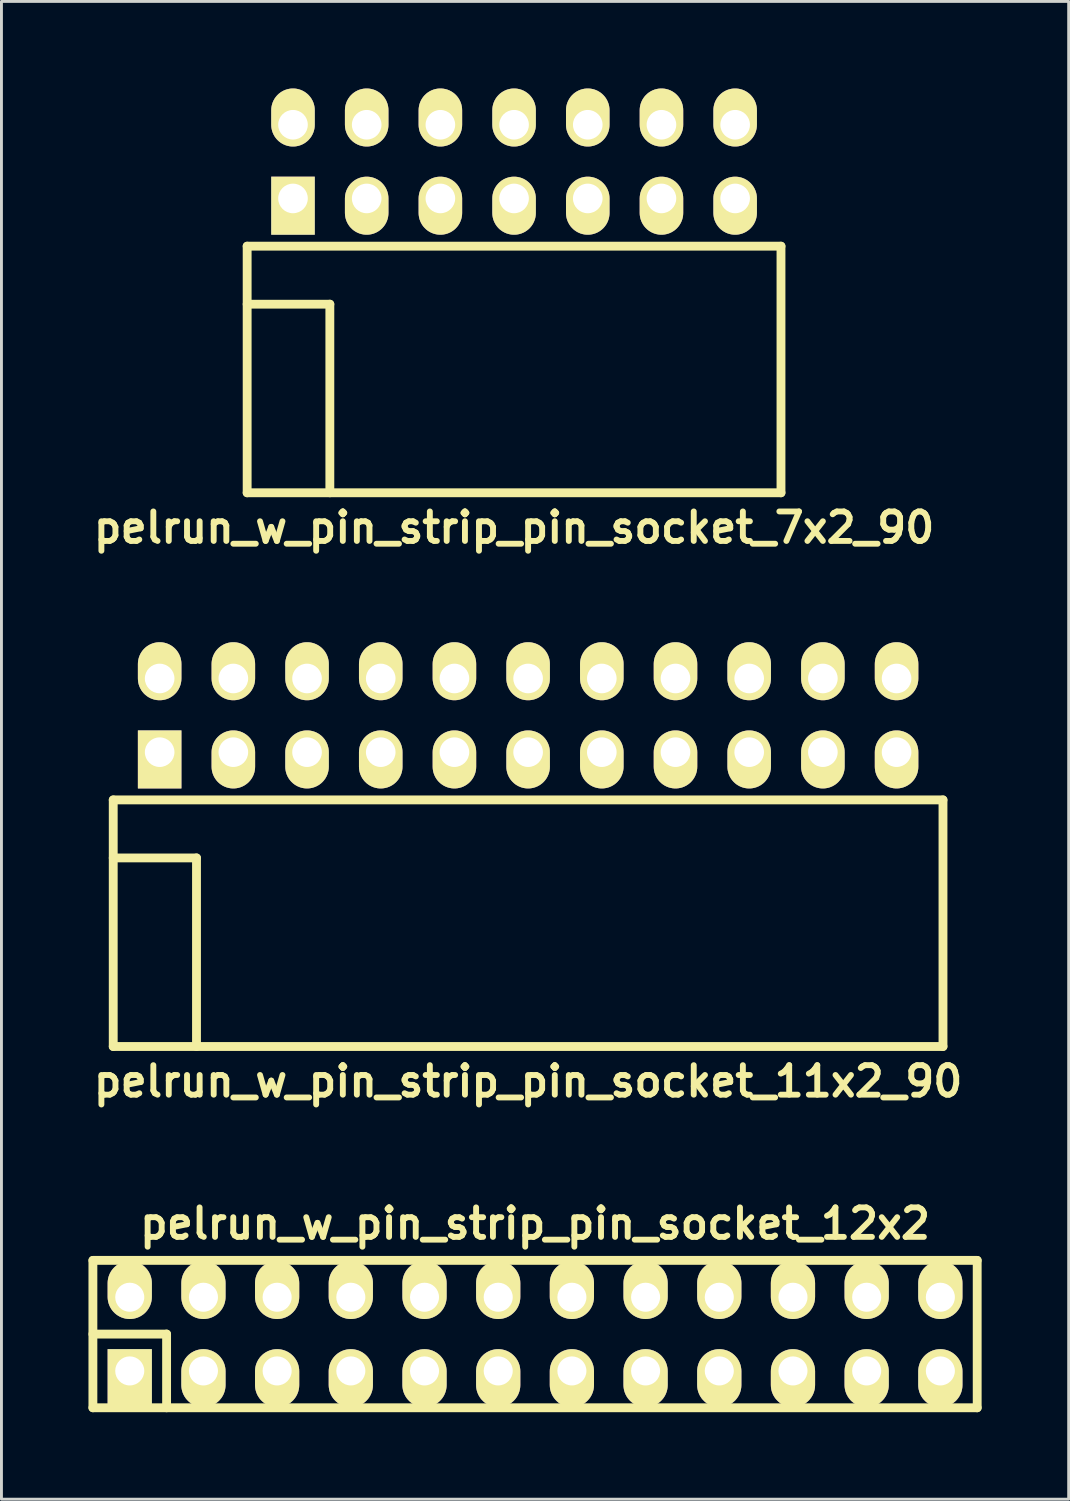
<source format=kicad_pcb>
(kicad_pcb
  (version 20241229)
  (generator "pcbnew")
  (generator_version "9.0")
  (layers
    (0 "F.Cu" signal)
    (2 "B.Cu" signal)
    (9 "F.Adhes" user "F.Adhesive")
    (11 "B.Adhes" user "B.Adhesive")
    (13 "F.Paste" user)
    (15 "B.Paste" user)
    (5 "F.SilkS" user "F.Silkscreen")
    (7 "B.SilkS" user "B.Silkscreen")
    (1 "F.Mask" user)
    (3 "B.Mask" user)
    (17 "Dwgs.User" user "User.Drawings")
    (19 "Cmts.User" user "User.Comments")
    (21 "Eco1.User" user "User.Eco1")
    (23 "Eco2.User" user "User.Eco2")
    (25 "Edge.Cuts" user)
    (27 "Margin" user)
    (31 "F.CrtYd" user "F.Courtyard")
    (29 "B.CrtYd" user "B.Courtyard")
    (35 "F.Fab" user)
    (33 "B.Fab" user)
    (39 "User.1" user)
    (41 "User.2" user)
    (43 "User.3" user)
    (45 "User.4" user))
  (footprint "pelrun_w_pin_strip_pin_socket_12x2"
    (layer "F.Cu")
    (at 15.392 42.933)
    (property "Reference" "pelrun_w_pin_strip_pin_socket_12x2" (at 0 -3.81 0) (layer "F.SilkS") (effects (font (size 1.016 1.016) (thickness 0.203))))
    (attr through_hole)
    (fp_line (start -15.24 -2.54) (end -15.24 2.54) (stroke (width 0.305) (type solid)) (layer "F.SilkS"))
    (fp_line (start -15.24 -2.54) (end 15.24 -2.54) (stroke (width 0.305) (type solid)) (layer "F.SilkS"))
    (fp_line (start -15.24 0) (end -12.7 0) (stroke (width 0.305) (type solid)) (layer "F.SilkS"))
    (fp_line (start -12.7 0) (end -12.7 2.54) (stroke (width 0.305) (type solid)) (layer "F.SilkS"))
    (fp_line (start 15.24 2.54) (end -15.24 2.54) (stroke (width 0.305) (type solid)) (layer "F.SilkS"))
    (fp_line (start 15.24 2.54) (end 15.24 -2.54) (stroke (width 0.305) (type solid)) (layer "F.SilkS"))
    (pad "1" thru_hole rect (at -13.97 1.27) (size 1.524 1.999) (drill 1.001 (offset 0 0.249)) (layers "*.Cu" "*.Mask" "F.SilkS"))
    (pad "2" thru_hole oval (at -13.97 -1.27) (size 1.524 1.999) (drill 1.001 (offset 0 -0.249)) (layers "*.Cu" "*.Mask" "F.SilkS"))
    (pad "3" thru_hole oval (at -11.43 1.27) (size 1.524 1.999) (drill 1.001 (offset 0 0.249)) (layers "*.Cu" "*.Mask" "F.SilkS"))
    (pad "4" thru_hole oval (at -11.43 -1.27) (size 1.524 1.999) (drill 1.001 (offset 0 -0.249)) (layers "*.Cu" "*.Mask" "F.SilkS"))
    (pad "5" thru_hole oval (at -8.89 1.27) (size 1.524 1.999) (drill 1.001 (offset 0 0.249)) (layers "*.Cu" "*.Mask" "F.SilkS"))
    (pad "6" thru_hole oval (at -8.89 -1.27) (size 1.524 1.999) (drill 1.001 (offset 0 -0.249)) (layers "*.Cu" "*.Mask" "F.SilkS"))
    (pad "7" thru_hole oval (at -6.35 1.27) (size 1.524 1.999) (drill 1.001 (offset 0 0.249)) (layers "*.Cu" "*.Mask" "F.SilkS"))
    (pad "8" thru_hole oval (at -6.35 -1.27) (size 1.524 1.999) (drill 1.001 (offset 0 -0.249)) (layers "*.Cu" "*.Mask" "F.SilkS"))
    (pad "9" thru_hole oval (at -3.81 1.27) (size 1.524 1.999) (drill 1.001 (offset 0 0.249)) (layers "*.Cu" "*.Mask" "F.SilkS"))
    (pad "10" thru_hole oval (at -3.81 -1.27) (size 1.524 1.999) (drill 1.001 (offset 0 -0.249)) (layers "*.Cu" "*.Mask" "F.SilkS"))
    (pad "11" thru_hole oval (at -1.27 1.27) (size 1.524 1.999) (drill 1.001 (offset 0 0.249)) (layers "*.Cu" "*.Mask" "F.SilkS"))
    (pad "12" thru_hole oval (at -1.27 -1.27) (size 1.524 1.999) (drill 1.001 (offset 0 -0.249)) (layers "*.Cu" "*.Mask" "F.SilkS"))
    (pad "13" thru_hole oval (at 1.27 1.27) (size 1.524 1.999) (drill 1.001 (offset 0 0.249)) (layers "*.Cu" "*.Mask" "F.SilkS"))
    (pad "14" thru_hole oval (at 1.27 -1.27) (size 1.524 1.999) (drill 1.001 (offset 0 -0.249)) (layers "*.Cu" "*.Mask" "F.SilkS"))
    (pad "15" thru_hole oval (at 3.81 1.27) (size 1.524 1.999) (drill 1.001 (offset 0 0.249)) (layers "*.Cu" "*.Mask" "F.SilkS"))
    (pad "16" thru_hole oval (at 3.81 -1.27) (size 1.524 1.999) (drill 1.001 (offset 0 -0.249)) (layers "*.Cu" "*.Mask" "F.SilkS"))
    (pad "17" thru_hole oval (at 6.35 1.27) (size 1.524 1.999) (drill 1.001 (offset 0 0.249)) (layers "*.Cu" "*.Mask" "F.SilkS"))
    (pad "18" thru_hole oval (at 6.35 -1.27) (size 1.524 1.999) (drill 1.001 (offset 0 -0.249)) (layers "*.Cu" "*.Mask" "F.SilkS"))
    (pad "19" thru_hole oval (at 8.89 1.27) (size 1.524 1.999) (drill 1.001 (offset 0 0.249)) (layers "*.Cu" "*.Mask" "F.SilkS"))
    (pad "20" thru_hole oval (at 8.89 -1.27) (size 1.524 1.999) (drill 1.001 (offset 0 -0.249)) (layers "*.Cu" "*.Mask" "F.SilkS"))
    (pad "21" thru_hole oval (at 11.43 1.27) (size 1.524 1.999) (drill 1.001 (offset 0 0.249)) (layers "*.Cu" "*.Mask" "F.SilkS"))
    (pad "22" thru_hole oval (at 11.43 -1.27) (size 1.524 1.999) (drill 1.001 (offset 0 -0.249)) (layers "*.Cu" "*.Mask" "F.SilkS"))
    (pad "23" thru_hole oval (at 13.97 1.27) (size 1.524 1.999) (drill 1.001 (offset 0 0.249)) (layers "*.Cu" "*.Mask" "F.SilkS"))
    (pad "24" thru_hole oval (at 13.97 -1.27) (size 1.524 1.999) (drill 1.001 (offset 0 -0.249)) (layers "*.Cu" "*.Mask" "F.SilkS")))
  (footprint "pelrun_w_pin_strip_pin_socket_7x2_90"
    (layer "F.Cu")
    (at 14.669 7.435)
    (property "Reference" "pelrun_w_pin_strip_pin_socket_7x2_90" (at 0 7.7 0) (layer "F.SilkS") (effects (font (size 1.016 1.016) (thickness 0.203))))
    (attr through_hole)
    (fp_line (start -9.2 -2) (end -9.2 6.5) (stroke (width 0.305) (type solid)) (layer "F.SilkS"))
    (fp_line (start -9.2 -2) (end 9.2 -2) (stroke (width 0.305) (type solid)) (layer "F.SilkS"))
    (fp_line (start -9.2 0) (end -6.35 0) (stroke (width 0.305) (type solid)) (layer "F.SilkS"))
    (fp_line (start -9.2 6.5) (end 9.2 6.5) (stroke (width 0.305) (type solid)) (layer "F.SilkS"))
    (fp_line (start -6.35 0) (end -6.35 6.5) (stroke (width 0.305) (type solid)) (layer "F.SilkS"))
    (fp_line (start 9.2 -2) (end 9.2 6.5) (stroke (width 0.305) (type solid)) (layer "F.SilkS"))
    (pad "1" thru_hole rect (at -7.62 -3.645) (size 1.5 2) (drill 1.02 (offset 0 0.25)) (layers "*.Cu" "*.Mask" "F.SilkS"))
    (pad "2" thru_hole oval (at -7.62 -6.185) (size 1.5 2) (drill 1.02 (offset 0 -0.25)) (layers "*.Cu" "*.Mask" "F.SilkS"))
    (pad "3" thru_hole oval (at -5.08 -3.645) (size 1.5 2) (drill 1.02 (offset 0 0.25)) (layers "*.Cu" "*.Mask" "F.SilkS"))
    (pad "4" thru_hole oval (at -5.08 -6.185) (size 1.5 2) (drill 1.02 (offset 0 -0.25)) (layers "*.Cu" "*.Mask" "F.SilkS"))
    (pad "5" thru_hole oval (at -2.54 -3.645) (size 1.5 2) (drill 1.02 (offset 0 0.25)) (layers "*.Cu" "*.Mask" "F.SilkS"))
    (pad "6" thru_hole oval (at -2.54 -6.185) (size 1.5 2) (drill 1.02 (offset 0 -0.25)) (layers "*.Cu" "*.Mask" "F.SilkS"))
    (pad "7" thru_hole oval (at 0 -3.645) (size 1.5 2) (drill 1.02 (offset 0 0.25)) (layers "*.Cu" "*.Mask" "F.SilkS"))
    (pad "8" thru_hole oval (at 0 -6.185) (size 1.5 2) (drill 1.02 (offset 0 -0.25)) (layers "*.Cu" "*.Mask" "F.SilkS"))
    (pad "9" thru_hole oval (at 2.54 -3.645) (size 1.5 2) (drill 1.02 (offset 0 0.25)) (layers "*.Cu" "*.Mask" "F.SilkS"))
    (pad "10" thru_hole oval (at 2.54 -6.185) (size 1.5 2) (drill 1.02 (offset 0 -0.25)) (layers "*.Cu" "*.Mask" "F.SilkS"))
    (pad "11" thru_hole oval (at 5.08 -3.645) (size 1.5 2) (drill 1.02 (offset 0 0.25)) (layers "*.Cu" "*.Mask" "F.SilkS"))
    (pad "12" thru_hole oval (at 5.08 -6.185) (size 1.5 2) (drill 1.02 (offset 0 -0.25)) (layers "*.Cu" "*.Mask" "F.SilkS"))
    (pad "13" thru_hole oval (at 7.62 -3.645) (size 1.5 2) (drill 1.02 (offset 0 0.25)) (layers "*.Cu" "*.Mask" "F.SilkS"))
    (pad "14" thru_hole oval (at 7.62 -6.185) (size 1.5 2) (drill 1.02 (offset 0 -0.25)) (layers "*.Cu" "*.Mask" "F.SilkS")))
  (footprint "pelrun_w_pin_strip_pin_socket_11x2_90"
    (layer "F.Cu")
    (at 15.153 26.521)
    (property "Reference" "pelrun_w_pin_strip_pin_socket_11x2_90" (at 0 7.7 0) (layer "F.SilkS") (effects (font (size 1.016 1.016) (thickness 0.203))))
    (attr through_hole)
    (fp_line (start -14.3 -2) (end -14.3 6.5) (stroke (width 0.305) (type solid)) (layer "F.SilkS"))
    (fp_line (start -14.3 -2) (end 14.3 -2) (stroke (width 0.305) (type solid)) (layer "F.SilkS"))
    (fp_line (start -14.3 0) (end -11.43 0) (stroke (width 0.305) (type solid)) (layer "F.SilkS"))
    (fp_line (start -14.3 6.5) (end 14.3 6.5) (stroke (width 0.305) (type solid)) (layer "F.SilkS"))
    (fp_line (start -11.43 0) (end -11.43 6.5) (stroke (width 0.305) (type solid)) (layer "F.SilkS"))
    (fp_line (start 14.3 -2) (end 14.3 6.5) (stroke (width 0.305) (type solid)) (layer "F.SilkS"))
    (pad "1" thru_hole rect (at -12.7 -3.645) (size 1.5 2) (drill 1.02 (offset 0 0.25)) (layers "*.Cu" "*.Mask" "F.SilkS"))
    (pad "2" thru_hole oval (at -12.7 -6.185) (size 1.5 2) (drill 1.02 (offset 0 -0.25)) (layers "*.Cu" "*.Mask" "F.SilkS"))
    (pad "3" thru_hole oval (at -10.16 -3.645) (size 1.5 2) (drill 1.02 (offset 0 0.25)) (layers "*.Cu" "*.Mask" "F.SilkS"))
    (pad "4" thru_hole oval (at -10.16 -6.185) (size 1.5 2) (drill 1.02 (offset 0 -0.25)) (layers "*.Cu" "*.Mask" "F.SilkS"))
    (pad "5" thru_hole oval (at -7.62 -3.645) (size 1.5 2) (drill 1.02 (offset 0 0.25)) (layers "*.Cu" "*.Mask" "F.SilkS"))
    (pad "6" thru_hole oval (at -7.62 -6.185) (size 1.5 2) (drill 1.02 (offset 0 -0.25)) (layers "*.Cu" "*.Mask" "F.SilkS"))
    (pad "7" thru_hole oval (at -5.08 -3.645) (size 1.5 2) (drill 1.02 (offset 0 0.25)) (layers "*.Cu" "*.Mask" "F.SilkS"))
    (pad "8" thru_hole oval (at -5.08 -6.185) (size 1.5 2) (drill 1.02 (offset 0 -0.25)) (layers "*.Cu" "*.Mask" "F.SilkS"))
    (pad "9" thru_hole oval (at -2.54 -3.645) (size 1.5 2) (drill 1.02 (offset 0 0.25)) (layers "*.Cu" "*.Mask" "F.SilkS"))
    (pad "10" thru_hole oval (at -2.54 -6.185) (size 1.5 2) (drill 1.02 (offset 0 -0.25)) (layers "*.Cu" "*.Mask" "F.SilkS"))
    (pad "11" thru_hole oval (at 0 -3.645) (size 1.5 2) (drill 1.02 (offset 0 0.25)) (layers "*.Cu" "*.Mask" "F.SilkS"))
    (pad "12" thru_hole oval (at 0 -6.185) (size 1.5 2) (drill 1.02 (offset 0 -0.25)) (layers "*.Cu" "*.Mask" "F.SilkS"))
    (pad "13" thru_hole oval (at 2.54 -3.645) (size 1.5 2) (drill 1.02 (offset 0 0.25)) (layers "*.Cu" "*.Mask" "F.SilkS"))
    (pad "14" thru_hole oval (at 2.54 -6.185) (size 1.5 2) (drill 1.02 (offset 0 -0.25)) (layers "*.Cu" "*.Mask" "F.SilkS"))
    (pad "15" thru_hole oval (at 5.08 -3.645) (size 1.5 2) (drill 1.02 (offset 0 0.25)) (layers "*.Cu" "*.Mask" "F.SilkS"))
    (pad "16" thru_hole oval (at 5.08 -6.185) (size 1.5 2) (drill 1.02 (offset 0 -0.25)) (layers "*.Cu" "*.Mask" "F.SilkS"))
    (pad "17" thru_hole oval (at 7.62 -3.645) (size 1.5 2) (drill 1.02 (offset 0 0.25)) (layers "*.Cu" "*.Mask" "F.SilkS"))
    (pad "18" thru_hole oval (at 7.62 -6.185) (size 1.5 2) (drill 1.02 (offset 0 -0.25)) (layers "*.Cu" "*.Mask" "F.SilkS"))
    (pad "19" thru_hole oval (at 10.16 -3.645) (size 1.5 2) (drill 1.02 (offset 0 0.25)) (layers "*.Cu" "*.Mask" "F.SilkS"))
    (pad "20" thru_hole oval (at 10.16 -6.185) (size 1.5 2) (drill 1.02 (offset 0 -0.25)) (layers "*.Cu" "*.Mask" "F.SilkS"))
    (pad "21" thru_hole oval (at 12.7 -3.645) (size 1.5 2) (drill 1.02 (offset 0 0.25)) (layers "*.Cu" "*.Mask" "F.SilkS"))
    (pad "22" thru_hole oval (at 12.7 -6.185) (size 1.5 2) (drill 1.02 (offset 0 -0.25)) (layers "*.Cu" "*.Mask" "F.SilkS")))
  (gr_rect
    (start -3 -3)
    (end 33.785 48.625)
    (stroke (width 0.1) (type default))
    (fill no)
    (layer "Edge.Cuts")))
</source>
